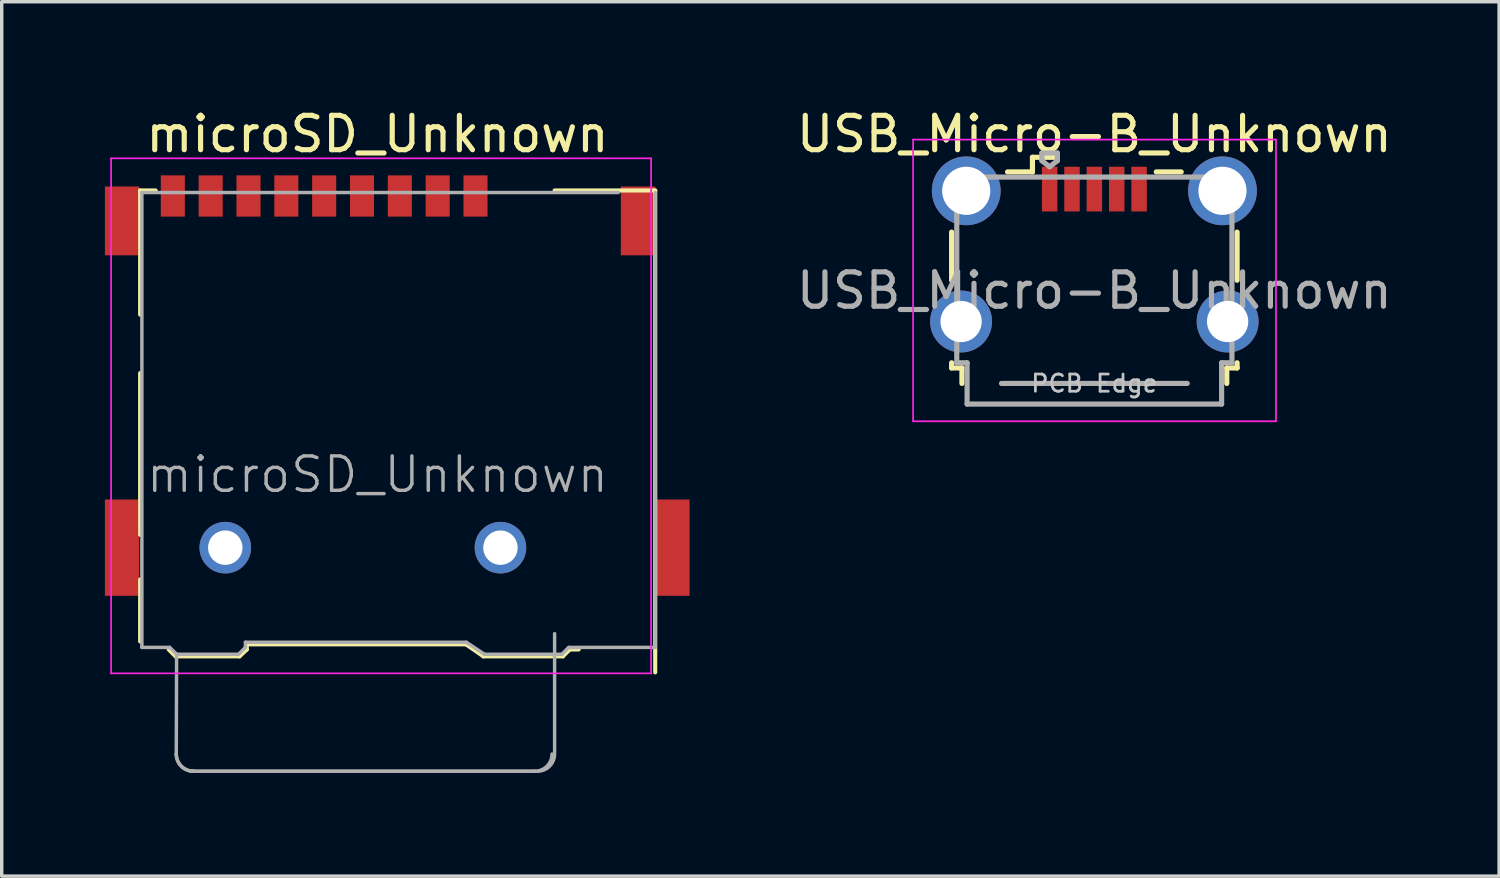
<source format=kicad_pcb>
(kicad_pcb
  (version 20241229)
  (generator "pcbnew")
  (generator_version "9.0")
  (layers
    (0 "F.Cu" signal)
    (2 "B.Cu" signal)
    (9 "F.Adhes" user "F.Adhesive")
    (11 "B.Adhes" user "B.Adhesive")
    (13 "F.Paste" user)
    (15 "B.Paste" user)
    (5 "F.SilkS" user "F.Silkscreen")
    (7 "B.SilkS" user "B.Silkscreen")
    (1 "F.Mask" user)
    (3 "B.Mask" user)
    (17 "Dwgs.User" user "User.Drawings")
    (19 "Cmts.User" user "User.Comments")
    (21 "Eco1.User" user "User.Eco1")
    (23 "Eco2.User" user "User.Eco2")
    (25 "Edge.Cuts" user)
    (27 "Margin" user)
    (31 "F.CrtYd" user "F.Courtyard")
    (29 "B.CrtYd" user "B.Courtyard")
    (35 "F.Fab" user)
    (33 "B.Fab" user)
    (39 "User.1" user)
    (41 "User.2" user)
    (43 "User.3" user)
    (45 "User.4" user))
  (footprint "microSD_Unknown"
    (layer "F.Cu")
    (at 8 10.373)
    (property "Reference" "microSD_Unknown" (at -0.075 -9.525 0) (layer "F.SilkS") (effects (font (size 1 1) (thickness 0.15))))
    (attr smd)
    (fp_line (start -6.975 -7.885) (end -6.975 -4.275) (stroke (width 0.12) (type solid)) (layer "F.SilkS"))
    (fp_line (start -6.975 -2.575) (end -6.975 2.125) (stroke (width 0.12) (type solid)) (layer "F.SilkS"))
    (fp_line (start -6.975 3.425) (end -6.975 5.225) (stroke (width 0.12) (type solid)) (layer "F.SilkS"))
    (fp_line (start -6.525 -7.885) (end -6.975 -7.885) (stroke (width 0.12) (type solid)) (layer "F.SilkS"))
    (fp_line (start -5.945 5.66) (end -6.145 5.46) (stroke (width 0.12) (type solid)) (layer "F.SilkS"))
    (fp_line (start -5.945 5.66) (end -4.085 5.66) (stroke (width 0.12) (type solid)) (layer "F.SilkS"))
    (fp_line (start -4.085 5.66) (end -3.875 5.46) (stroke (width 0.12) (type solid)) (layer "F.SilkS"))
    (fp_line (start -3.875 5.31) (end -3.875 5.46) (stroke (width 0.12) (type solid)) (layer "F.SilkS"))
    (fp_line (start -3.875 5.31) (end 2.495 5.31) (stroke (width 0.12) (type solid)) (layer "F.SilkS"))
    (fp_line (start 3.005 5.66) (end 2.495 5.31) (stroke (width 0.12) (type solid)) (layer "F.SilkS"))
    (fp_line (start 5.075 -7.885) (end 8 -7.885) (stroke (width 0.12) (type solid)) (layer "F.SilkS"))
    (fp_line (start 5.315 5.66) (end 3.005 5.66) (stroke (width 0.12) (type solid)) (layer "F.SilkS"))
    (fp_line (start 5.315 5.66) (end 5.515 5.46) (stroke (width 0.12) (type solid)) (layer "F.SilkS"))
    (fp_line (start 5.515 5.46) (end 5.775 5.46) (stroke (width 0.12) (type solid)) (layer "F.SilkS"))
    (fp_line (start 8 -7.885) (end 8 6.125) (stroke (width 0.12) (type solid)) (layer "F.SilkS"))
    (fp_line (start -7.82 -8.82) (end 7.88 -8.82) (stroke (width 0.05) (type solid)) (layer "F.CrtYd"))
    (fp_line (start -7.82 6.155) (end -7.82 -8.82) (stroke (width 0.05) (type solid)) (layer "F.CrtYd"))
    (fp_line (start 7.88 -8.82) (end 7.88 6.155) (stroke (width 0.05) (type solid)) (layer "F.CrtYd"))
    (fp_line (start 7.88 6.155) (end -7.82 6.155) (stroke (width 0.05) (type solid)) (layer "F.CrtYd"))
    (fp_line (start -6.925 5.4) (end -6.925 -7.825) (stroke (width 0.1) (type solid)) (layer "F.Fab"))
    (fp_line (start -6.115 5.4) (end -6.925 5.4) (stroke (width 0.1) (type solid)) (layer "F.Fab"))
    (fp_line (start -5.915 5.6) (end -6.115 5.4) (stroke (width 0.1) (type solid)) (layer "F.Fab"))
    (fp_line (start -5.915 5.6) (end -5.925 8.5) (stroke (width 0.1) (type solid)) (layer "F.Fab"))
    (fp_line (start -5.5 9) (end 4.5 9) (stroke (width 0.1) (type solid)) (layer "F.Fab"))
    (fp_line (start -5.5 9) (end 4.5 9) (stroke (width 0.1) (type solid)) (layer "F.Fab"))
    (fp_line (start -4.115 5.6) (end -5.915 5.6) (stroke (width 0.1) (type solid)) (layer "F.Fab"))
    (fp_line (start -3.915 5.4) (end -4.115 5.6) (stroke (width 0.1) (type solid)) (layer "F.Fab"))
    (fp_line (start -3.915 5.4) (end -3.915 5.25) (stroke (width 0.1) (type solid)) (layer "F.Fab"))
    (fp_line (start 2.51 5.25) (end -3.915 5.25) (stroke (width 0.1) (type solid)) (layer "F.Fab"))
    (fp_line (start 3.035 5.6) (end 2.51 5.25) (stroke (width 0.1) (type solid)) (layer "F.Fab"))
    (fp_line (start 5.075 8.45) (end 5.075 5) (stroke (width 0.1) (type solid)) (layer "F.Fab"))
    (fp_line (start 5.285 5.6) (end 3.035 5.6) (stroke (width 0.1) (type solid)) (layer "F.Fab"))
    (fp_line (start 5.285 5.6) (end 5.485 5.4) (stroke (width 0.1) (type solid)) (layer "F.Fab"))
    (fp_line (start 5.485 5.4) (end 8 5.4) (stroke (width 0.1) (type solid)) (layer "F.Fab"))
    (fp_line (start 6.925 -7.825) (end -6.925 -7.825) (stroke (width 0.1) (type solid)) (layer "F.Fab"))
    (fp_line (start 8 5.4) (end 8 -7.825) (stroke (width 0.1) (type solid)) (layer "F.Fab"))
    (fp_arc (start -5.425 9) (mid -5.778553 8.853553) (end -5.925 8.5) (stroke (width 0.1) (type solid)) (layer "F.Fab"))
    (fp_arc (start -5.425 9) (mid -5.778553 8.853553) (end -5.925 8.5) (stroke (width 0.1) (type solid)) (layer "F.Fab"))
    (fp_arc (start 5 8.5) (mid 4.853553 8.853553) (end 4.5 9) (stroke (width 0.1) (type solid)) (layer "F.Fab"))
    (fp_arc (start 5.075 8.5) (mid 4.928553 8.853553) (end 4.575 9) (stroke (width 0.1) (type solid)) (layer "F.Fab"))
    (fp_text user "${REFERENCE}" (at -0.075 0.375 0) (layer "F.Fab") (effects (font (size 1 1) (thickness 0.1))))
    (pad "" thru_hole circle (at -4.5 2.5) (size 1.5 1.5) (drill 1) (layers "*.Cu" "*.Mask"))
    (pad "" thru_hole circle (at 3.5 2.5) (size 1.5 1.5) (drill 1) (layers "*.Cu" "*.Mask"))
    (pad "1" smd rect (at 2.775 -7.725) (size 0.7 1.2) (layers "F.Cu" "F.Mask" "F.Paste"))
    (pad "2" smd rect (at 1.675 -7.725) (size 0.7 1.2) (layers "F.Cu" "F.Mask" "F.Paste"))
    (pad "3" smd rect (at 0.575 -7.725) (size 0.7 1.2) (layers "F.Cu" "F.Mask" "F.Paste"))
    (pad "4" smd rect (at -0.525 -7.725) (size 0.7 1.2) (layers "F.Cu" "F.Mask" "F.Paste"))
    (pad "5" smd rect (at -1.625 -7.725) (size 0.7 1.2) (layers "F.Cu" "F.Mask" "F.Paste"))
    (pad "6" smd rect (at -2.725 -7.725) (size 0.7 1.2) (layers "F.Cu" "F.Mask" "F.Paste"))
    (pad "7" smd rect (at -3.825 -7.725) (size 0.7 1.2) (layers "F.Cu" "F.Mask" "F.Paste"))
    (pad "8" smd rect (at -4.925 -7.725) (size 0.7 1.2) (layers "F.Cu" "F.Mask" "F.Paste"))
    (pad "9" smd rect (at -6.025 -7.725) (size 0.7 1.2) (layers "F.Cu" "F.Mask" "F.Paste"))
    (pad "10" smd rect (at -7.5 -7) (size 1 2) (layers "F.Cu" "F.Mask" "F.Paste"))
    (pad "11" smd rect (at -7.5 2.5) (size 1 2.8) (layers "F.Cu" "F.Mask" "F.Paste"))
    (pad "11" smd rect (at 7.5 -7) (size 1 2) (layers "F.Cu" "F.Mask" "F.Paste"))
    (pad "11" smd rect (at 8.5 2.5) (size 1 2.8) (layers "F.Cu" "F.Mask" "F.Paste")))
  (footprint "USB_Micro-B_Unknown"
    (layer "F.Cu")
    (at 28.768 4.348)
    (property "Reference" "USB_Micro-B_Unknown" (at 0 -3.5 0) (layer "F.SilkS") (effects (font (size 1 1) (thickness 0.15))))
    (attr smd)
    (fp_line (start -4.15 -0.65) (end -4.15 0.75) (stroke (width 0.15) (type solid)) (layer "F.SilkS"))
    (fp_line (start -4.15 3.15) (end -4.15 3.3) (stroke (width 0.15) (type solid)) (layer "F.SilkS"))
    (fp_line (start -4.15 3.3) (end -3.85 3.3) (stroke (width 0.15) (type solid)) (layer "F.SilkS"))
    (fp_line (start -3.85 3.3) (end -3.85 3.75) (stroke (width 0.15) (type solid)) (layer "F.SilkS"))
    (fp_line (start -1.8 -2.825) (end -1.8 -2.4) (stroke (width 0.15) (type solid)) (layer "F.SilkS"))
    (fp_line (start -1.8 -2.4) (end -2.525 -2.4) (stroke (width 0.15) (type solid)) (layer "F.SilkS"))
    (fp_line (start -1.075 -2.825) (end -1.8 -2.825) (stroke (width 0.15) (type solid)) (layer "F.SilkS"))
    (fp_line (start 1.8 -2.4) (end 2.525 -2.4) (stroke (width 0.15) (type solid)) (layer "F.SilkS"))
    (fp_line (start 3.85 3.3) (end 4.15 3.3) (stroke (width 0.15) (type solid)) (layer "F.SilkS"))
    (fp_line (start 3.85 3.75) (end 3.85 3.3) (stroke (width 0.15) (type solid)) (layer "F.SilkS"))
    (fp_line (start 4.15 0.75) (end 4.15 -0.65) (stroke (width 0.15) (type solid)) (layer "F.SilkS"))
    (fp_line (start 4.15 3.3) (end 4.15 3.15) (stroke (width 0.15) (type solid)) (layer "F.SilkS"))
    (fp_line (start -5.27 -3.34) (end -5.27 4.85) (stroke (width 0.05) (type solid)) (layer "F.CrtYd"))
    (fp_line (start -5.27 4.85) (end 5.28 4.85) (stroke (width 0.05) (type solid)) (layer "F.CrtYd"))
    (fp_line (start 5.28 -3.34) (end -5.27 -3.34) (stroke (width 0.05) (type solid)) (layer "F.CrtYd"))
    (fp_line (start 5.28 4.85) (end 5.28 -3.34) (stroke (width 0.05) (type solid)) (layer "F.CrtYd"))
    (fp_line (start -4 -2.25) (end -4 3.15) (stroke (width 0.15) (type solid)) (layer "F.Fab"))
    (fp_line (start -4 3.15) (end -3.7 3.15) (stroke (width 0.15) (type solid)) (layer "F.Fab"))
    (fp_line (start -3.7 3.15) (end -3.7 4.35) (stroke (width 0.15) (type solid)) (layer "F.Fab"))
    (fp_line (start -3.7 4.35) (end 3.7 4.35) (stroke (width 0.15) (type solid)) (layer "F.Fab"))
    (fp_line (start -2.7 3.75) (end 2.7 3.75) (stroke (width 0.15) (type solid)) (layer "F.Fab"))
    (fp_line (start -1.525 -2.95) (end -1.075 -2.95) (stroke (width 0.15) (type solid)) (layer "F.Fab"))
    (fp_line (start -1.525 -2.725) (end -1.525 -2.95) (stroke (width 0.15) (type solid)) (layer "F.Fab"))
    (fp_line (start -1.3 -2.55) (end -1.525 -2.725) (stroke (width 0.15) (type solid)) (layer "F.Fab"))
    (fp_line (start -1.075 -2.95) (end -1.075 -2.725) (stroke (width 0.15) (type solid)) (layer "F.Fab"))
    (fp_line (start -1.075 -2.725) (end -1.3 -2.55) (stroke (width 0.15) (type solid)) (layer "F.Fab"))
    (fp_line (start 3.7 3.15) (end 4 3.15) (stroke (width 0.15) (type solid)) (layer "F.Fab"))
    (fp_line (start 3.7 4.35) (end 3.7 3.15) (stroke (width 0.15) (type solid)) (layer "F.Fab"))
    (fp_line (start 4 -2.25) (end -4 -2.25) (stroke (width 0.15) (type solid)) (layer "F.Fab"))
    (fp_line (start 4 3.15) (end 4 -2.25) (stroke (width 0.15) (type solid)) (layer "F.Fab"))
    (fp_text user "PCB Edge" (at 0 3.75 0) (layer "Dwgs.User") (effects (font (size 0.5 0.5) (thickness 0.08))))
    (fp_text user "${REFERENCE}" (at 0 1.05 0) (layer "F.Fab") (effects (font (size 1 1) (thickness 0.15))))
    (pad "1" smd rect (at -1.3 -1.9) (size 0.45 1.3) (layers "F.Cu" "F.Mask" "F.Paste"))
    (pad "2" smd rect (at -0.65 -1.9) (size 0.45 1.3) (layers "F.Cu" "F.Mask" "F.Paste"))
    (pad "3" smd rect (at 0 -1.9) (size 0.45 1.3) (layers "F.Cu" "F.Mask" "F.Paste"))
    (pad "4" smd rect (at 0.65 -1.9) (size 0.45 1.3) (layers "F.Cu" "F.Mask" "F.Paste"))
    (pad "5" smd rect (at 1.3 -1.9) (size 0.45 1.3) (layers "F.Cu" "F.Mask" "F.Paste"))
    (pad "6" thru_hole circle (at -3.875 1.95) (size 1.8 1.8) (drill 1.2) (layers "*.Cu" "*.Mask"))
    (pad "6" thru_hole circle (at -3.725 -1.85) (size 2 2) (drill 1.4) (layers "*.Cu" "*.Mask"))
    (pad "6" thru_hole circle (at 3.725 -1.85) (size 2 2) (drill 1.4) (layers "*.Cu" "*.Mask"))
    (pad "6" thru_hole circle (at 3.875 1.95) (size 1.8 1.8) (drill 1.2) (layers "*.Cu" "*.Mask")))
  (gr_rect
    (start -3 -3)
    (end 40.536 22.423)
    (stroke (width 0.1) (type default))
    (fill no)
    (layer "Edge.Cuts")))
</source>
